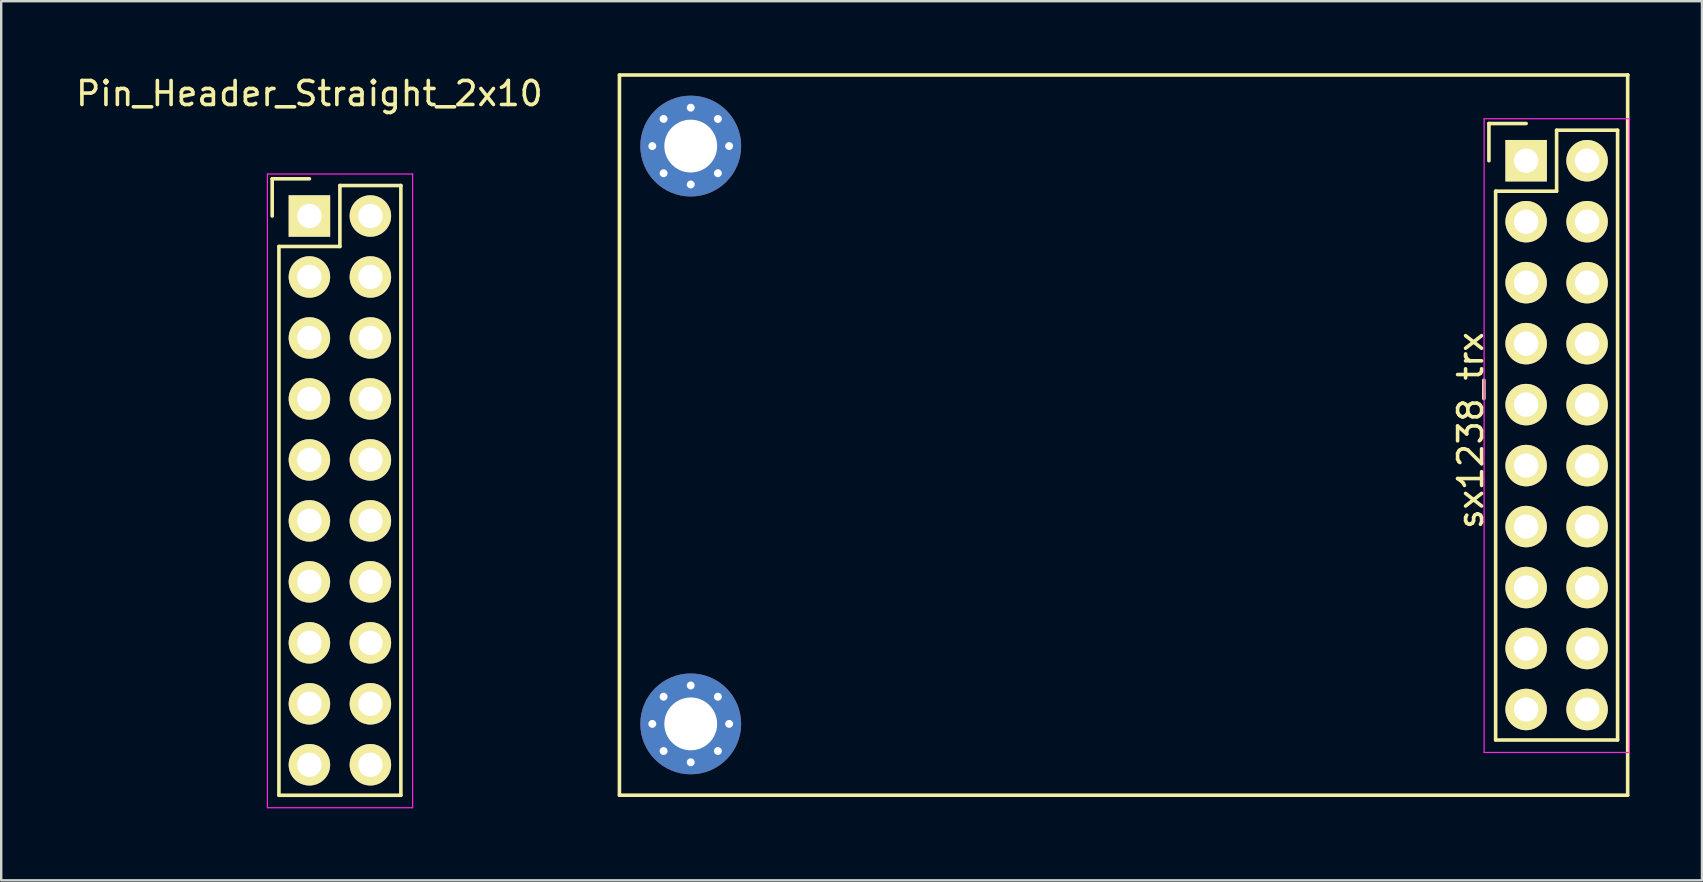
<source format=kicad_pcb>
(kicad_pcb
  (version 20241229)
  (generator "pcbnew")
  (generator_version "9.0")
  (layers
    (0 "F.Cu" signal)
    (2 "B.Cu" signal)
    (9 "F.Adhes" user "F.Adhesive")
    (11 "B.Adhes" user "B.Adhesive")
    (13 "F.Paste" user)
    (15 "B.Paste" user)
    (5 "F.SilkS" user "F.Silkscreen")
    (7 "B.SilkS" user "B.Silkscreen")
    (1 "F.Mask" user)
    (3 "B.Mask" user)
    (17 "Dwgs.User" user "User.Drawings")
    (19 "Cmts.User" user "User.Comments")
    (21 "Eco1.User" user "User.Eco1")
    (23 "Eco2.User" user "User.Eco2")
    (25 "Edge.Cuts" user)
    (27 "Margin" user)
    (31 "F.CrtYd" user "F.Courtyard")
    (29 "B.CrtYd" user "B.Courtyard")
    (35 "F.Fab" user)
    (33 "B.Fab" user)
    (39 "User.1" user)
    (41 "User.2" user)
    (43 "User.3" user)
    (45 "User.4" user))
  (footprint "Pin_Header_Straight_2x10"
    (layer "F.Cu")
    (at 9.839 5.948)
    (property "Reference" "Pin_Header_Straight_2x10" (at 0 -5.1 0) (layer "F.SilkS") (effects (font (size 1 1) (thickness 0.15))))
    (attr through_hole)
    (fp_line (start -1.55 -1.55) (end -1.55 0) (stroke (width 0.15) (type solid)) (layer "F.SilkS"))
    (fp_line (start -1.27 1.27) (end -1.27 24.13) (stroke (width 0.15) (type solid)) (layer "F.SilkS"))
    (fp_line (start 0 -1.55) (end -1.55 -1.55) (stroke (width 0.15) (type solid)) (layer "F.SilkS"))
    (fp_line (start 1.27 -1.27) (end 1.27 1.27) (stroke (width 0.15) (type solid)) (layer "F.SilkS"))
    (fp_line (start 1.27 1.27) (end -1.27 1.27) (stroke (width 0.15) (type solid)) (layer "F.SilkS"))
    (fp_line (start 3.81 -1.27) (end 1.27 -1.27) (stroke (width 0.15) (type solid)) (layer "F.SilkS"))
    (fp_line (start 3.81 24.13) (end -1.27 24.13) (stroke (width 0.15) (type solid)) (layer "F.SilkS"))
    (fp_line (start 3.81 24.13) (end 3.81 -1.27) (stroke (width 0.15) (type solid)) (layer "F.SilkS"))
    (fp_line (start -1.75 -1.75) (end -1.75 24.65) (stroke (width 0.05) (type solid)) (layer "F.CrtYd"))
    (fp_line (start -1.75 -1.75) (end 4.3 -1.75) (stroke (width 0.05) (type solid)) (layer "F.CrtYd"))
    (fp_line (start -1.75 24.65) (end 4.3 24.65) (stroke (width 0.05) (type solid)) (layer "F.CrtYd"))
    (fp_line (start 4.3 -1.75) (end 4.3 24.65) (stroke (width 0.05) (type solid)) (layer "F.CrtYd"))
    (pad "1" thru_hole rect (at 0 0) (size 1.727 1.727) (drill 1.016) (layers "*.Cu" "*.Mask" "F.SilkS"))
    (pad "2" thru_hole oval (at 2.54 0) (size 1.727 1.727) (drill 1.016) (layers "*.Cu" "*.Mask" "F.SilkS"))
    (pad "3" thru_hole oval (at 0 2.54) (size 1.727 1.727) (drill 1.016) (layers "*.Cu" "*.Mask" "F.SilkS"))
    (pad "4" thru_hole oval (at 2.54 2.54) (size 1.727 1.727) (drill 1.016) (layers "*.Cu" "*.Mask" "F.SilkS"))
    (pad "5" thru_hole oval (at 0 5.08) (size 1.727 1.727) (drill 1.016) (layers "*.Cu" "*.Mask" "F.SilkS"))
    (pad "6" thru_hole oval (at 2.54 5.08) (size 1.727 1.727) (drill 1.016) (layers "*.Cu" "*.Mask" "F.SilkS"))
    (pad "7" thru_hole oval (at 0 7.62) (size 1.727 1.727) (drill 1.016) (layers "*.Cu" "*.Mask" "F.SilkS"))
    (pad "8" thru_hole oval (at 2.54 7.62) (size 1.727 1.727) (drill 1.016) (layers "*.Cu" "*.Mask" "F.SilkS"))
    (pad "9" thru_hole oval (at 0 10.16) (size 1.727 1.727) (drill 1.016) (layers "*.Cu" "*.Mask" "F.SilkS"))
    (pad "10" thru_hole oval (at 2.54 10.16) (size 1.727 1.727) (drill 1.016) (layers "*.Cu" "*.Mask" "F.SilkS"))
    (pad "11" thru_hole oval (at 0 12.7) (size 1.727 1.727) (drill 1.016) (layers "*.Cu" "*.Mask" "F.SilkS"))
    (pad "12" thru_hole oval (at 2.54 12.7) (size 1.727 1.727) (drill 1.016) (layers "*.Cu" "*.Mask" "F.SilkS"))
    (pad "13" thru_hole oval (at 0 15.24) (size 1.727 1.727) (drill 1.016) (layers "*.Cu" "*.Mask" "F.SilkS"))
    (pad "14" thru_hole oval (at 2.54 15.24) (size 1.727 1.727) (drill 1.016) (layers "*.Cu" "*.Mask" "F.SilkS"))
    (pad "15" thru_hole oval (at 0 17.78) (size 1.727 1.727) (drill 1.016) (layers "*.Cu" "*.Mask" "F.SilkS"))
    (pad "16" thru_hole oval (at 2.54 17.78) (size 1.727 1.727) (drill 1.016) (layers "*.Cu" "*.Mask" "F.SilkS"))
    (pad "17" thru_hole oval (at 0 20.32) (size 1.727 1.727) (drill 1.016) (layers "*.Cu" "*.Mask" "F.SilkS"))
    (pad "18" thru_hole oval (at 2.54 20.32) (size 1.727 1.727) (drill 1.016) (layers "*.Cu" "*.Mask" "F.SilkS"))
    (pad "19" thru_hole oval (at 0 22.86) (size 1.727 1.727) (drill 1.016) (layers "*.Cu" "*.Mask" "F.SilkS"))
    (pad "20" thru_hole oval (at 2.54 22.86) (size 1.727 1.727) (drill 1.016) (layers "*.Cu" "*.Mask" "F.SilkS")))
  (footprint "sx1238_trx"
    (layer "F.Cu")
    (at 60.524 3.645)
    (property "Reference" "sx1238_trx" (at -2.31 11.24 90) (layer "F.SilkS") (effects (font (size 1 1) (thickness 0.15))))
    (attr through_hole)
    (fp_line (start -37.77 -3.57) (end 4.23 -3.57) (stroke (width 0.15) (type solid)) (layer "F.SilkS"))
    (fp_line (start -37.77 26.43) (end -37.77 -3.57) (stroke (width 0.15) (type solid)) (layer "F.SilkS"))
    (fp_line (start -1.55 -1.55) (end -1.55 0) (stroke (width 0.15) (type solid)) (layer "F.SilkS"))
    (fp_line (start -1.27 1.27) (end -1.27 24.13) (stroke (width 0.15) (type solid)) (layer "F.SilkS"))
    (fp_line (start 0 -1.55) (end -1.55 -1.55) (stroke (width 0.15) (type solid)) (layer "F.SilkS"))
    (fp_line (start 1.27 -1.27) (end 1.27 1.27) (stroke (width 0.15) (type solid)) (layer "F.SilkS"))
    (fp_line (start 1.27 1.27) (end -1.27 1.27) (stroke (width 0.15) (type solid)) (layer "F.SilkS"))
    (fp_line (start 3.81 -1.27) (end 1.27 -1.27) (stroke (width 0.15) (type solid)) (layer "F.SilkS"))
    (fp_line (start 3.81 24.13) (end -1.27 24.13) (stroke (width 0.15) (type solid)) (layer "F.SilkS"))
    (fp_line (start 3.81 24.13) (end 3.81 -1.27) (stroke (width 0.15) (type solid)) (layer "F.SilkS"))
    (fp_line (start 4.23 -3.57) (end 4.23 -3.57) (stroke (width 0.15) (type solid)) (layer "F.SilkS"))
    (fp_line (start 4.23 -3.57) (end 4.23 26.43) (stroke (width 0.15) (type solid)) (layer "F.SilkS"))
    (fp_line (start 4.23 26.43) (end -37.77 26.43) (stroke (width 0.15) (type solid)) (layer "F.SilkS"))
    (fp_line (start -1.75 -1.75) (end -1.75 24.65) (stroke (width 0.05) (type solid)) (layer "F.CrtYd"))
    (fp_line (start -1.75 -1.75) (end 4.3 -1.75) (stroke (width 0.05) (type solid)) (layer "F.CrtYd"))
    (fp_line (start -1.75 24.65) (end 4.3 24.65) (stroke (width 0.05) (type solid)) (layer "F.CrtYd"))
    (fp_line (start 4.3 -1.75) (end 4.3 24.65) (stroke (width 0.05) (type solid)) (layer "F.CrtYd"))
    (pad "1" thru_hole circle (at -36.4 -0.61) (size 0.635 0.635) (drill 0.33) (layers "*.Cu" "*.Mask"))
    (pad "1" thru_hole circle (at -36.4 23.46) (size 0.635 0.635) (drill 0.33) (layers "*.Cu" "*.Mask"))
    (pad "1" thru_hole circle (at -35.931 -1.741) (size 0.635 0.635) (drill 0.33) (layers "*.Cu" "*.Mask"))
    (pad "1" thru_hole circle (at -35.931 0.521) (size 0.635 0.635) (drill 0.33) (layers "*.Cu" "*.Mask"))
    (pad "1" thru_hole circle (at -35.931 22.329) (size 0.635 0.635) (drill 0.33) (layers "*.Cu" "*.Mask"))
    (pad "1" thru_hole circle (at -35.931 24.591) (size 0.635 0.635) (drill 0.33) (layers "*.Cu" "*.Mask"))
    (pad "1" thru_hole circle (at -34.8 -2.21) (size 0.635 0.635) (drill 0.33) (layers "*.Cu" "*.Mask"))
    (pad "1" thru_hole circle (at -34.8 -0.61) (size 4.2 4.2) (drill 2.2) (layers "*.Cu" "*.Mask"))
    (pad "1" thru_hole circle (at -34.8 0.99) (size 0.635 0.635) (drill 0.33) (layers "*.Cu" "*.Mask"))
    (pad "1" thru_hole circle (at -34.8 21.86) (size 0.635 0.635) (drill 0.33) (layers "*.Cu" "*.Mask"))
    (pad "1" thru_hole circle (at -34.8 23.46) (size 4.2 4.2) (drill 2.2) (layers "*.Cu" "*.Mask"))
    (pad "1" thru_hole circle (at -34.8 25.06) (size 0.635 0.635) (drill 0.33) (layers "*.Cu" "*.Mask"))
    (pad "1" thru_hole circle (at -33.669 -1.741) (size 0.635 0.635) (drill 0.33) (layers "*.Cu" "*.Mask"))
    (pad "1" thru_hole circle (at -33.669 0.521) (size 0.635 0.635) (drill 0.33) (layers "*.Cu" "*.Mask"))
    (pad "1" thru_hole circle (at -33.669 22.329) (size 0.635 0.635) (drill 0.33) (layers "*.Cu" "*.Mask"))
    (pad "1" thru_hole circle (at -33.669 24.591) (size 0.635 0.635) (drill 0.33) (layers "*.Cu" "*.Mask"))
    (pad "1" thru_hole circle (at -33.2 -0.61) (size 0.635 0.635) (drill 0.33) (layers "*.Cu" "*.Mask"))
    (pad "1" thru_hole circle (at -33.2 23.46) (size 0.635 0.635) (drill 0.33) (layers "*.Cu" "*.Mask"))
    (pad "1" thru_hole rect (at 0 0) (size 1.727 1.727) (drill 1.016) (layers "*.Cu" "*.Mask" "F.SilkS"))
    (pad "2" thru_hole oval (at 2.54 0) (size 1.727 1.727) (drill 1.016) (layers "*.Cu" "*.Mask" "F.SilkS"))
    (pad "3" thru_hole oval (at 0 2.54) (size 1.727 1.727) (drill 1.016) (layers "*.Cu" "*.Mask" "F.SilkS"))
    (pad "4" thru_hole oval (at 2.54 2.54) (size 1.727 1.727) (drill 1.016) (layers "*.Cu" "*.Mask" "F.SilkS"))
    (pad "5" thru_hole oval (at 0 5.08) (size 1.727 1.727) (drill 1.016) (layers "*.Cu" "*.Mask" "F.SilkS"))
    (pad "6" thru_hole oval (at 2.54 5.08) (size 1.727 1.727) (drill 1.016) (layers "*.Cu" "*.Mask" "F.SilkS"))
    (pad "7" thru_hole oval (at 0 7.62) (size 1.727 1.727) (drill 1.016) (layers "*.Cu" "*.Mask" "F.SilkS"))
    (pad "8" thru_hole oval (at 2.54 7.62) (size 1.727 1.727) (drill 1.016) (layers "*.Cu" "*.Mask" "F.SilkS"))
    (pad "9" thru_hole oval (at 0 10.16) (size 1.727 1.727) (drill 1.016) (layers "*.Cu" "*.Mask" "F.SilkS"))
    (pad "10" thru_hole oval (at 2.54 10.16) (size 1.727 1.727) (drill 1.016) (layers "*.Cu" "*.Mask" "F.SilkS"))
    (pad "11" thru_hole oval (at 0 12.7) (size 1.727 1.727) (drill 1.016) (layers "*.Cu" "*.Mask" "F.SilkS"))
    (pad "12" thru_hole oval (at 2.54 12.7) (size 1.727 1.727) (drill 1.016) (layers "*.Cu" "*.Mask" "F.SilkS"))
    (pad "13" thru_hole oval (at 0 15.24) (size 1.727 1.727) (drill 1.016) (layers "*.Cu" "*.Mask" "F.SilkS"))
    (pad "14" thru_hole oval (at 2.54 15.24) (size 1.727 1.727) (drill 1.016) (layers "*.Cu" "*.Mask" "F.SilkS"))
    (pad "15" thru_hole oval (at 0 17.78) (size 1.727 1.727) (drill 1.016) (layers "*.Cu" "*.Mask" "F.SilkS"))
    (pad "16" thru_hole oval (at 2.54 17.78) (size 1.727 1.727) (drill 1.016) (layers "*.Cu" "*.Mask" "F.SilkS"))
    (pad "17" thru_hole oval (at 0 20.32) (size 1.727 1.727) (drill 1.016) (layers "*.Cu" "*.Mask" "F.SilkS"))
    (pad "18" thru_hole oval (at 2.54 20.32) (size 1.727 1.727) (drill 1.016) (layers "*.Cu" "*.Mask" "F.SilkS"))
    (pad "19" thru_hole oval (at 0 22.86) (size 1.727 1.727) (drill 1.016) (layers "*.Cu" "*.Mask" "F.SilkS"))
    (pad "20" thru_hole oval (at 2.54 22.86) (size 1.727 1.727) (drill 1.016) (layers "*.Cu" "*.Mask" "F.SilkS")))
  (gr_rect
    (start -3 -3)
    (end 67.849 33.623)
    (stroke (width 0.1) (type default))
    (fill no)
    (layer "Edge.Cuts")))
</source>
